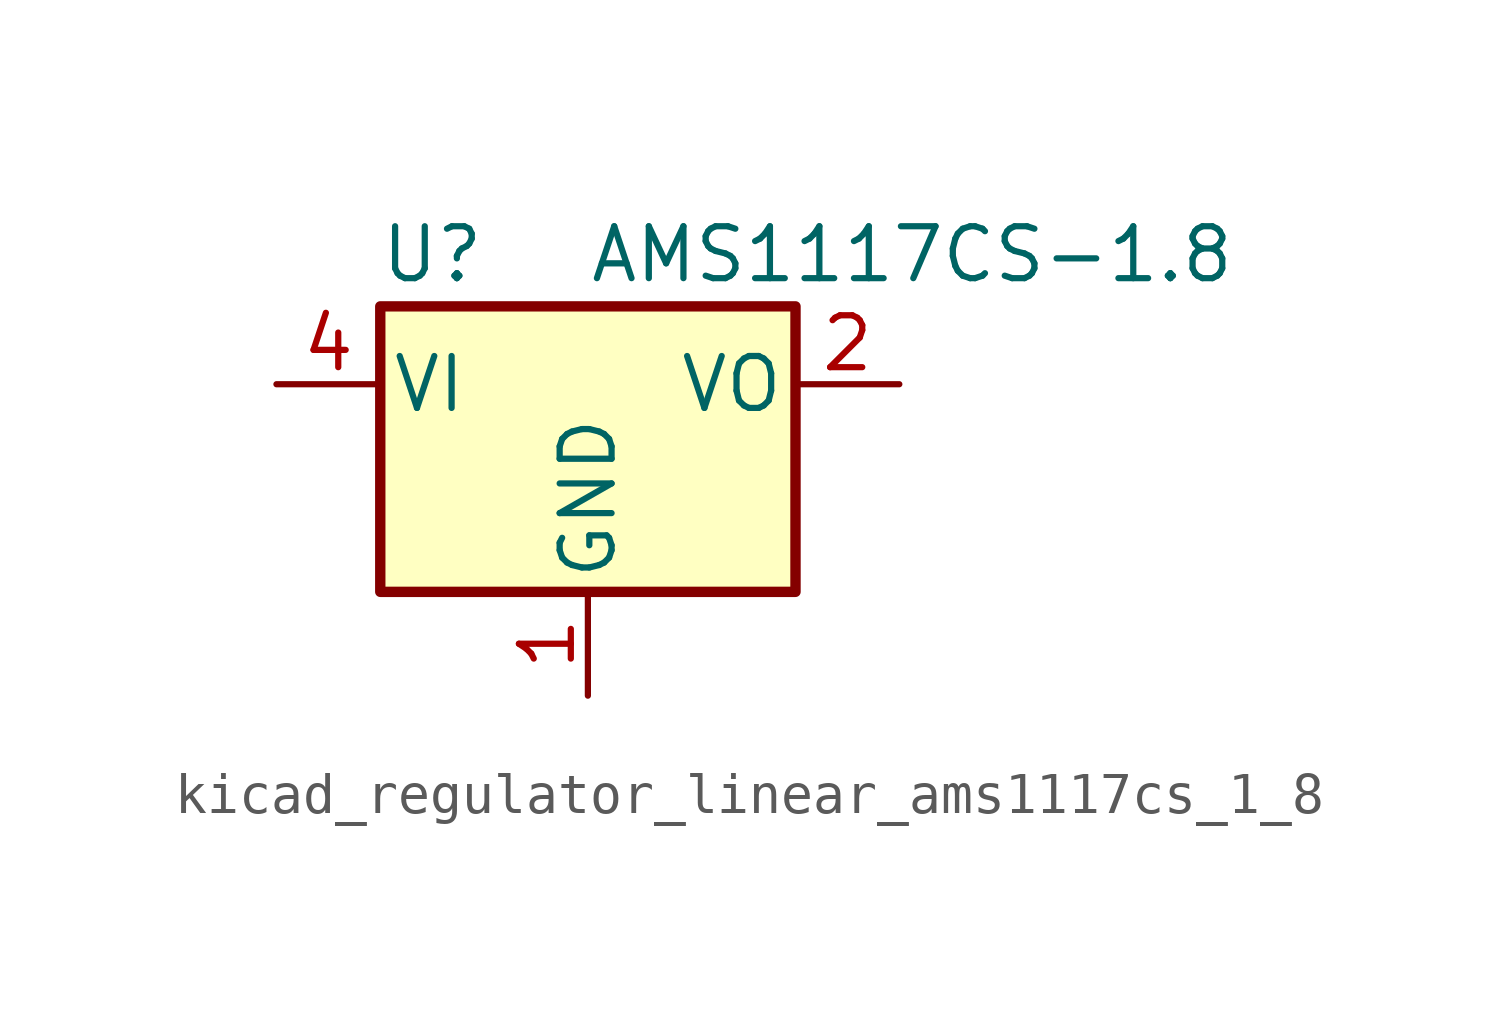
<source format=kicad_sym>
(kicad_symbol_lib
  (version 20220914)
  (generator kicad_symbol_editor)
  (symbol "kicad_regulator_linear_ams1117cs_1_8"
    (pin_names
      (offset 0.254))
    (property "Reference" "U"
      (at -3.81 3.175 0)
      (effects (font (size 1.27 1.27))))
    (property "Value" "AMS1117CS-1.8"
      (at 0 3.175 0)
      (effects (font (size 1.27 1.27)) (justify left)))
    (symbol "kicad_regulator_linear_ams1117cs_1_8_0_1"
      (rectangle (start -5.08 -5.08) (end 5.08 1.905) (stroke (width 0.254) (type default)) (fill (type background))))
    (symbol "kicad_regulator_linear_ams1117cs_1_8_1_1"
      (pin power_in line (at 0 -7.62 90) (length 2.54) (name "GND" (effects (font (size 1.27 1.27)))) (number "1" (effects (font (size 1.27 1.27)))))
      (pin power_out line (at 7.62 0 180) (length 2.54) (name "VO" (effects (font (size 1.27 1.27)))) (number "2" (effects (font (size 1.27 1.27)))))
      (pin passive line (at 7.62 0 180) (length 2.54) hide (name "VO" (effects (font (size 1.27 1.27)))) (number "3" (effects (font (size 1.27 1.27)))))
      (pin power_in line (at -7.62 0 0) (length 2.54) (name "VI" (effects (font (size 1.27 1.27)))) (number "4" (effects (font (size 1.27 1.27)))))
      (pin no_connect line (at -2.54 -2.54 180) (length 2.54) hide (name "NC" (effects (font (size 1.27 1.27)))) (number "5" (effects (font (size 1.27 1.27)))))
      (pin passive line (at 7.62 0 180) (length 2.54) hide (name "VO" (effects (font (size 1.27 1.27)))) (number "6" (effects (font (size 1.27 1.27)))))
      (pin passive line (at 7.62 0 180) (length 2.54) hide (name "VO" (effects (font (size 1.27 1.27)))) (number "7" (effects (font (size 1.27 1.27)))))
      (pin no_connect line (at 2.54 -2.54 0) (length 2.54) hide (name "NC" (effects (font (size 1.27 1.27)))) (number "8" (effects (font (size 1.27 1.27))))))))
</source>
